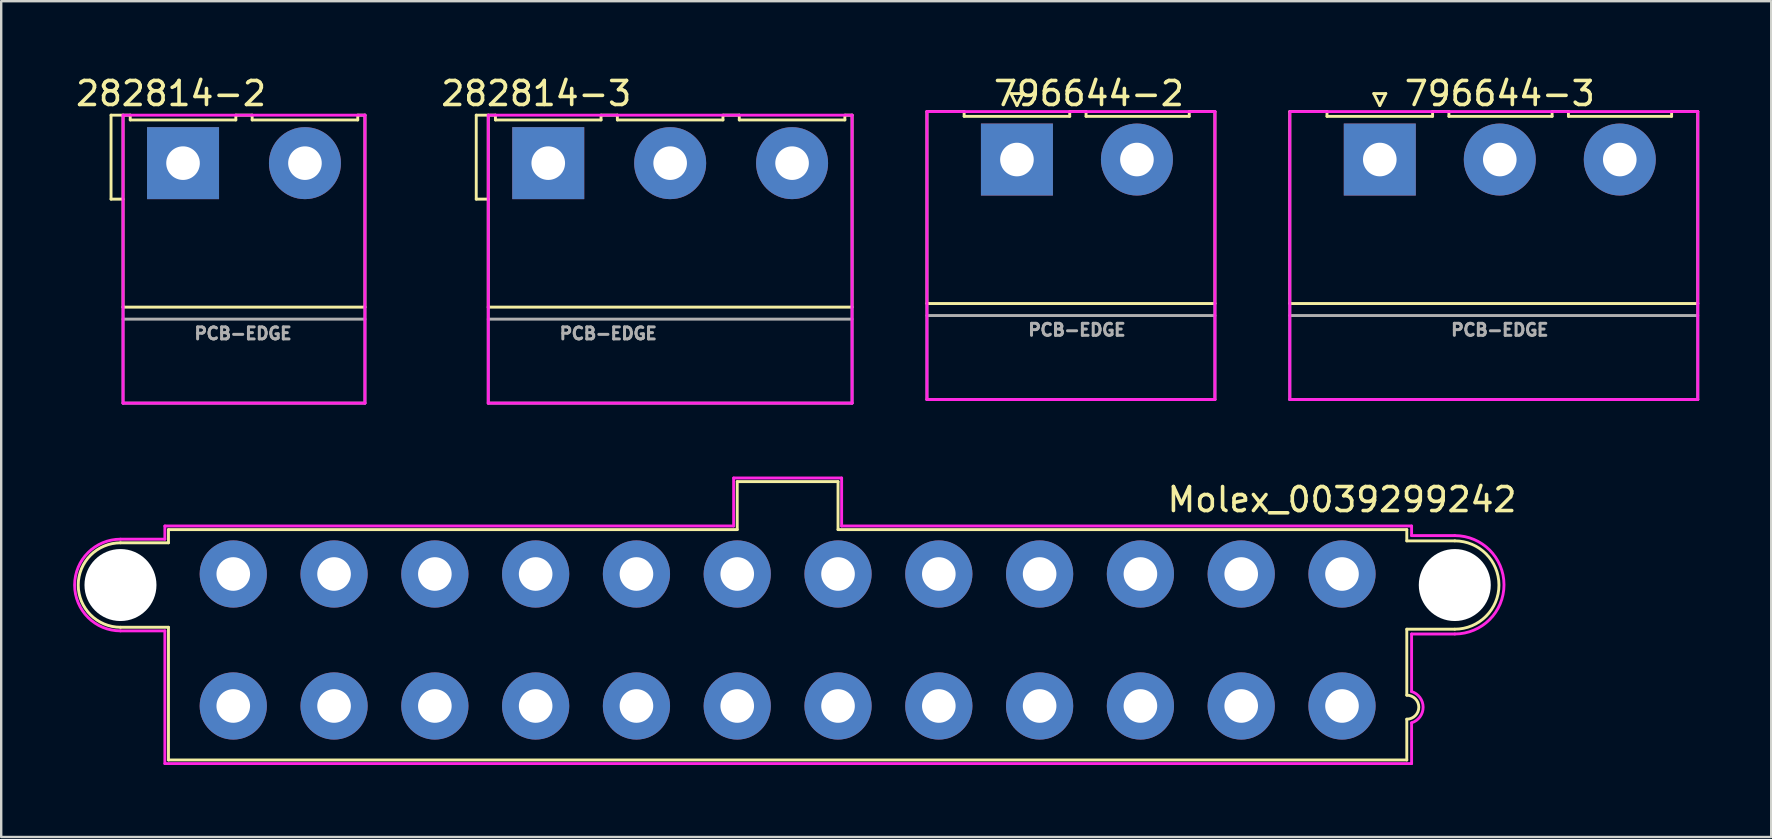
<source format=kicad_pcb>
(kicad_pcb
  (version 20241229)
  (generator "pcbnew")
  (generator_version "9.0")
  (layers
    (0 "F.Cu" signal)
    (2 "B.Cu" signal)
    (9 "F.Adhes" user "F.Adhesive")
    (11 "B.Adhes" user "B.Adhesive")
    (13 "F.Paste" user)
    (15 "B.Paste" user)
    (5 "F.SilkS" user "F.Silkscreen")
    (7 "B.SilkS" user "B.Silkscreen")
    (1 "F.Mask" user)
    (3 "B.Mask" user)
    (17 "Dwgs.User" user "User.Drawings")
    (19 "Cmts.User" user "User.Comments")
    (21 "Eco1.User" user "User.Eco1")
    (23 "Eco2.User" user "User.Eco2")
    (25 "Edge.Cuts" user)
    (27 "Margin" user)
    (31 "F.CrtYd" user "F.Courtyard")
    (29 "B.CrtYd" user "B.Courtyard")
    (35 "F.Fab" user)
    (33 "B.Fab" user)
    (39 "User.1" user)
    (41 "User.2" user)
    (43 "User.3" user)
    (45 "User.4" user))
  (footprint "282814-3"
    (layer "F.Cu")
    (at 19.795 3.748)
    (property "Reference" "282814-3" (at -0.5 -2.9 0) (layer "F.SilkS") (effects (font (size 1 1) (thickness 0.15))))
    (attr through_hole)
    (fp_line (start -3 -2) (end -3 1.5) (stroke (width 0.12) (type solid)) (layer "F.SilkS"))
    (fp_line (start -3 1.5) (end -2.5 1.5) (stroke (width 0.12) (type solid)) (layer "F.SilkS"))
    (fp_line (start -2.5 6) (end -2.5 -2) (stroke (width 0.12) (type solid)) (layer "F.SilkS"))
    (fp_line (start -2.5 6) (end 12.66 6) (stroke (width 0.12) (type solid)) (layer "F.SilkS"))
    (fp_line (start -2.2 -2) (end -3 -2) (stroke (width 0.12) (type solid)) (layer "F.SilkS"))
    (fp_line (start -2.2 -2) (end -2.2 -1.8) (stroke (width 0.12) (type solid)) (layer "F.SilkS"))
    (fp_line (start -2.2 -1.8) (end 2.2 -1.8) (stroke (width 0.12) (type solid)) (layer "F.SilkS"))
    (fp_line (start 2.2 -2) (end 2.88 -2) (stroke (width 0.12) (type solid)) (layer "F.SilkS"))
    (fp_line (start 2.2 -1.8) (end 2.2 -2) (stroke (width 0.12) (type solid)) (layer "F.SilkS"))
    (fp_line (start 2.88 -2) (end 2.88 -1.8) (stroke (width 0.12) (type solid)) (layer "F.SilkS"))
    (fp_line (start 2.88 -1.8) (end 7.28 -1.8) (stroke (width 0.12) (type solid)) (layer "F.SilkS"))
    (fp_line (start 7.28 -1.8) (end 7.28 -2) (stroke (width 0.12) (type solid)) (layer "F.SilkS"))
    (fp_line (start 7.3 -2) (end 7.96 -2) (stroke (width 0.12) (type solid)) (layer "F.SilkS"))
    (fp_line (start 7.96 -2) (end 7.96 -1.8) (stroke (width 0.12) (type solid)) (layer "F.SilkS"))
    (fp_line (start 7.96 -1.8) (end 12.36 -1.8) (stroke (width 0.12) (type solid)) (layer "F.SilkS"))
    (fp_line (start 12.36 -1.8) (end 12.36 -2) (stroke (width 0.12) (type solid)) (layer "F.SilkS"))
    (fp_line (start 12.38 -2) (end 12.66 -2) (stroke (width 0.12) (type solid)) (layer "F.SilkS"))
    (fp_line (start 12.66 6) (end 12.66 -2) (stroke (width 0.12) (type solid)) (layer "F.SilkS"))
    (fp_line (start -2.5 -2) (end 12.66 -2) (stroke (width 0.12) (type solid)) (layer "F.CrtYd"))
    (fp_line (start -2.5 10) (end -2.5 -2) (stroke (width 0.12) (type solid)) (layer "F.CrtYd"))
    (fp_line (start 12.66 -2) (end 12.66 10) (stroke (width 0.12) (type solid)) (layer "F.CrtYd"))
    (fp_line (start 12.66 10) (end -2.5 10) (stroke (width 0.12) (type solid)) (layer "F.CrtYd"))
    (fp_line (start -2.5 6) (end -2.5 10) (stroke (width 0.12) (type solid)) (layer "F.Fab"))
    (fp_line (start -2.5 10) (end 12.66 10) (stroke (width 0.12) (type solid)) (layer "F.Fab"))
    (fp_line (start 12.66 6) (end 12.66 10) (stroke (width 0.12) (type solid)) (layer "F.Fab"))
    (fp_line (start 12.66 6.5) (end -2.5 6.5) (stroke (width 0.12) (type solid)) (layer "F.Fab"))
    (fp_text user "PCB-EDGE" (at 2.5 7.1 180) (layer "F.Fab") (effects (font (size 0.5 0.5) (thickness 0.125))))
    (pad "1" thru_hole rect (at 0 0) (size 3 3) (drill 1.4) (layers "*.Cu" "*.Mask"))
    (pad "2" thru_hole circle (at 5.08 0) (size 3 3) (drill 1.4) (layers "*.Cu" "*.Mask"))
    (pad "3" thru_hole circle (at 10.16 0) (size 3 3) (drill 1.4) (layers "*.Cu" "*.Mask")))
  (footprint "796644-3"
    (layer "F.Cu")
    (at 54.445 3.598)
    (property "Reference" "796644-3" (at 5 -2.75 0) (layer "F.SilkS") (effects (font (size 1 1) (thickness 0.15))))
    (attr through_hole)
    (fp_line (start -3.75 -2) (end -2.2 -2) (stroke (width 0.12) (type solid)) (layer "F.SilkS"))
    (fp_line (start -3.75 6) (end -3.75 -2) (stroke (width 0.12) (type solid)) (layer "F.SilkS"))
    (fp_line (start -3.75 6) (end 13.25 6) (stroke (width 0.12) (type solid)) (layer "F.SilkS"))
    (fp_line (start -2.2 -2) (end -2.2 -1.8) (stroke (width 0.12) (type solid)) (layer "F.SilkS"))
    (fp_line (start -2.2 -1.8) (end 2.2 -1.8) (stroke (width 0.12) (type solid)) (layer "F.SilkS"))
    (fp_line (start -0.25 -2.75) (end 0.25 -2.75) (stroke (width 0.12) (type solid)) (layer "F.SilkS"))
    (fp_line (start 0 -2.25) (end -0.25 -2.75) (stroke (width 0.12) (type solid)) (layer "F.SilkS"))
    (fp_line (start 0.25 -2.75) (end 0 -2.25) (stroke (width 0.12) (type solid)) (layer "F.SilkS"))
    (fp_line (start 2.2 -2) (end 2.88 -2) (stroke (width 0.12) (type solid)) (layer "F.SilkS"))
    (fp_line (start 2.2 -1.8) (end 2.2 -2) (stroke (width 0.12) (type solid)) (layer "F.SilkS"))
    (fp_line (start 2.88 -2) (end 2.88 -1.8) (stroke (width 0.12) (type solid)) (layer "F.SilkS"))
    (fp_line (start 2.88 -1.8) (end 7.18 -1.8) (stroke (width 0.12) (type solid)) (layer "F.SilkS"))
    (fp_line (start 7.18 -1.8) (end 7.18 -2) (stroke (width 0.12) (type solid)) (layer "F.SilkS"))
    (fp_line (start 7.2 -2) (end 7.86 -2) (stroke (width 0.12) (type solid)) (layer "F.SilkS"))
    (fp_line (start 7.86 -2) (end 7.86 -1.8) (stroke (width 0.12) (type solid)) (layer "F.SilkS"))
    (fp_line (start 7.86 -1.8) (end 12.16 -1.8) (stroke (width 0.12) (type solid)) (layer "F.SilkS"))
    (fp_line (start 12.16 -2) (end 13.25 -2) (stroke (width 0.12) (type solid)) (layer "F.SilkS"))
    (fp_line (start 12.16 -1.8) (end 12.16 -2) (stroke (width 0.12) (type solid)) (layer "F.SilkS"))
    (fp_line (start 13.25 6) (end 13.25 -2) (stroke (width 0.12) (type solid)) (layer "F.SilkS"))
    (fp_line (start -3.75 10) (end -3.75 -2) (stroke (width 0.12) (type solid)) (layer "F.CrtYd"))
    (fp_line (start -3.7 -2) (end 13.25 -2) (stroke (width 0.12) (type solid)) (layer "F.CrtYd"))
    (fp_line (start 13.25 -2) (end 13.25 10) (stroke (width 0.12) (type solid)) (layer "F.CrtYd"))
    (fp_line (start 13.25 10) (end -3.75 10) (stroke (width 0.12) (type solid)) (layer "F.CrtYd"))
    (fp_line (start -3.75 6) (end -3.75 10) (stroke (width 0.12) (type solid)) (layer "F.Fab"))
    (fp_line (start -3.75 10) (end 13.25 10) (stroke (width 0.12) (type solid)) (layer "F.Fab"))
    (fp_line (start 13.25 6) (end 13.25 10) (stroke (width 0.12) (type solid)) (layer "F.Fab"))
    (fp_line (start 13.25 6.5) (end -3.75 6.5) (stroke (width 0.12) (type solid)) (layer "F.Fab"))
    (fp_text user "PCB-EDGE" (at 5 7.1 180) (layer "F.Fab") (effects (font (size 0.5 0.5) (thickness 0.125))))
    (pad "1" thru_hole rect (at 0 0) (size 3 3) (drill 1.4) (layers "*.Cu" "*.Mask"))
    (pad "2" thru_hole circle (at 5 0) (size 3 3) (drill 1.4) (layers "*.Cu" "*.Mask"))
    (pad "3" thru_hole circle (at 10 0) (size 3 3) (drill 1.4) (layers "*.Cu" "*.Mask")))
  (footprint "282814-2"
    (layer "F.Cu")
    (at 4.577 3.748)
    (property "Reference" "282814-2" (at -0.5 -2.9 0) (layer "F.SilkS") (effects (font (size 1 1) (thickness 0.15))))
    (attr through_hole)
    (fp_line (start -3 -2) (end -3 1.5) (stroke (width 0.12) (type solid)) (layer "F.SilkS"))
    (fp_line (start -3 1.5) (end -2.5 1.5) (stroke (width 0.12) (type solid)) (layer "F.SilkS"))
    (fp_line (start -2.5 6) (end -2.5 -2) (stroke (width 0.12) (type solid)) (layer "F.SilkS"))
    (fp_line (start -2.5 6) (end 7.58 6) (stroke (width 0.12) (type solid)) (layer "F.SilkS"))
    (fp_line (start -2.2 -2) (end -3 -2) (stroke (width 0.12) (type solid)) (layer "F.SilkS"))
    (fp_line (start -2.2 -2) (end -2.2 -1.8) (stroke (width 0.12) (type solid)) (layer "F.SilkS"))
    (fp_line (start -2.2 -1.8) (end 2.2 -1.8) (stroke (width 0.12) (type solid)) (layer "F.SilkS"))
    (fp_line (start 2.2 -2) (end 2.88 -2) (stroke (width 0.12) (type solid)) (layer "F.SilkS"))
    (fp_line (start 2.2 -1.8) (end 2.2 -2) (stroke (width 0.12) (type solid)) (layer "F.SilkS"))
    (fp_line (start 2.88 -2) (end 2.88 -1.8) (stroke (width 0.12) (type solid)) (layer "F.SilkS"))
    (fp_line (start 2.88 -1.8) (end 7.28 -1.8) (stroke (width 0.12) (type solid)) (layer "F.SilkS"))
    (fp_line (start 7.28 -1.8) (end 7.28 -2) (stroke (width 0.12) (type solid)) (layer "F.SilkS"))
    (fp_line (start 7.3 -2) (end 7.58 -2) (stroke (width 0.12) (type solid)) (layer "F.SilkS"))
    (fp_line (start 7.58 6) (end 7.58 -2) (stroke (width 0.12) (type solid)) (layer "F.SilkS"))
    (fp_line (start -2.5 -2) (end 7.58 -2) (stroke (width 0.12) (type solid)) (layer "F.CrtYd"))
    (fp_line (start -2.5 10) (end -2.5 -2) (stroke (width 0.12) (type solid)) (layer "F.CrtYd"))
    (fp_line (start 7.58 -2) (end 7.58 10) (stroke (width 0.12) (type solid)) (layer "F.CrtYd"))
    (fp_line (start 7.58 10) (end -2.5 10) (stroke (width 0.12) (type solid)) (layer "F.CrtYd"))
    (fp_line (start -2.5 6) (end -2.5 10) (stroke (width 0.12) (type solid)) (layer "F.Fab"))
    (fp_line (start -2.5 10) (end 7.58 10) (stroke (width 0.12) (type solid)) (layer "F.Fab"))
    (fp_line (start 7.58 6) (end 7.58 10) (stroke (width 0.12) (type solid)) (layer "F.Fab"))
    (fp_line (start 7.58 6.5) (end -2.5 6.5) (stroke (width 0.12) (type solid)) (layer "F.Fab"))
    (fp_text user "PCB-EDGE" (at 2.5 7.1 180) (layer "F.Fab") (effects (font (size 0.5 0.5) (thickness 0.125))))
    (pad "1" thru_hole rect (at 0 0) (size 3 3) (drill 1.4) (layers "*.Cu" "*.Mask"))
    (pad "2" thru_hole circle (at 5.08 0) (size 3 3) (drill 1.4) (layers "*.Cu" "*.Mask")))
  (footprint "796644-2"
    (layer "F.Cu")
    (at 39.325 3.598)
    (property "Reference" "796644-2" (at 3 -2.75 0) (layer "F.SilkS") (effects (font (size 1 1) (thickness 0.15))))
    (attr through_hole)
    (fp_line (start -3.75 6) (end -3.75 -2) (stroke (width 0.12) (type solid)) (layer "F.SilkS"))
    (fp_line (start -3.75 6) (end 8.25 6) (stroke (width 0.12) (type solid)) (layer "F.SilkS"))
    (fp_line (start -2.2 -2) (end -3.75 -2) (stroke (width 0.12) (type solid)) (layer "F.SilkS"))
    (fp_line (start -2.2 -2) (end -2.2 -1.8) (stroke (width 0.12) (type solid)) (layer "F.SilkS"))
    (fp_line (start -2.2 -1.8) (end 2.2 -1.8) (stroke (width 0.12) (type solid)) (layer "F.SilkS"))
    (fp_line (start -0.25 -2.75) (end 0.25 -2.75) (stroke (width 0.12) (type solid)) (layer "F.SilkS"))
    (fp_line (start 0 -2.25) (end -0.25 -2.75) (stroke (width 0.12) (type solid)) (layer "F.SilkS"))
    (fp_line (start 0.25 -2.75) (end 0 -2.25) (stroke (width 0.12) (type solid)) (layer "F.SilkS"))
    (fp_line (start 2.2 -2) (end 2.88 -2) (stroke (width 0.12) (type solid)) (layer "F.SilkS"))
    (fp_line (start 2.2 -1.8) (end 2.2 -2) (stroke (width 0.12) (type solid)) (layer "F.SilkS"))
    (fp_line (start 2.88 -2) (end 2.88 -1.8) (stroke (width 0.12) (type solid)) (layer "F.SilkS"))
    (fp_line (start 2.88 -1.8) (end 7.18 -1.8) (stroke (width 0.12) (type solid)) (layer "F.SilkS"))
    (fp_line (start 7.18 -2) (end 8.25 -2) (stroke (width 0.12) (type solid)) (layer "F.SilkS"))
    (fp_line (start 7.18 -1.8) (end 7.18 -2) (stroke (width 0.12) (type solid)) (layer "F.SilkS"))
    (fp_line (start 8.25 6) (end 8.25 -2) (stroke (width 0.12) (type solid)) (layer "F.SilkS"))
    (fp_line (start -3.75 -2) (end 8.25 -2) (stroke (width 0.12) (type solid)) (layer "F.CrtYd"))
    (fp_line (start -3.75 10) (end -3.75 -2) (stroke (width 0.12) (type solid)) (layer "F.CrtYd"))
    (fp_line (start 8.25 -2) (end 8.25 10) (stroke (width 0.12) (type solid)) (layer "F.CrtYd"))
    (fp_line (start 8.25 10) (end -3.75 10) (stroke (width 0.12) (type solid)) (layer "F.CrtYd"))
    (fp_line (start -3.75 6) (end -3.75 10) (stroke (width 0.12) (type solid)) (layer "F.Fab"))
    (fp_line (start -3.75 10) (end 8.25 10) (stroke (width 0.12) (type solid)) (layer "F.Fab"))
    (fp_line (start 8.25 6) (end 8.25 10) (stroke (width 0.12) (type solid)) (layer "F.Fab"))
    (fp_line (start 8.25 6.5) (end -3.75 6.5) (stroke (width 0.12) (type solid)) (layer "F.Fab"))
    (fp_text user "PCB-EDGE" (at 2.5 7.1 180) (layer "F.Fab") (effects (font (size 0.5 0.5) (thickness 0.125))))
    (pad "1" thru_hole rect (at 0 0) (size 3 3) (drill 1.4) (layers "*.Cu" "*.Mask"))
    (pad "2" thru_hole circle (at 5 0) (size 3 3) (drill 1.4) (layers "*.Cu" "*.Mask")))
  (footprint "Molex_0039299242"
    (layer "F.Cu")
    (at 52.87 26.368)
    (property "Reference" "Molex_0039299242" (at 0 -8.6 0) (layer "F.SilkS") (effects (font (size 1 1) (thickness 0.15))))
    (attr through_hole)
    (fp_line (start -50.9 -6.8) (end -48.9 -6.8) (stroke (width 0.12) (type solid)) (layer "F.SilkS"))
    (fp_line (start -50.9 -3.28) (end -48.9 -3.28) (stroke (width 0.12) (type solid)) (layer "F.SilkS"))
    (fp_line (start -48.9 -7.35) (end -48.9 -6.8) (stroke (width 0.12) (type solid)) (layer "F.SilkS"))
    (fp_line (start -48.9 2.25) (end -48.9 -3.28) (stroke (width 0.12) (type solid)) (layer "F.SilkS"))
    (fp_line (start -48.9 2.25) (end 2.7 2.25) (stroke (width 0.12) (type solid)) (layer "F.SilkS"))
    (fp_line (start -25.2 -9.35) (end -25.2 -7.35) (stroke (width 0.12) (type solid)) (layer "F.SilkS"))
    (fp_line (start -25.2 -7.35) (end -48.9 -7.35) (stroke (width 0.12) (type solid)) (layer "F.SilkS"))
    (fp_line (start -21 -9.35) (end -25.2 -9.35) (stroke (width 0.12) (type solid)) (layer "F.SilkS"))
    (fp_line (start -21 -7.35) (end -21 -9.35) (stroke (width 0.12) (type solid)) (layer "F.SilkS"))
    (fp_line (start 2.7 -7.35) (end -21 -7.35) (stroke (width 0.12) (type solid)) (layer "F.SilkS"))
    (fp_line (start 2.7 -7.35) (end 2.7 -6.88) (stroke (width 0.12) (type solid)) (layer "F.SilkS"))
    (fp_line (start 2.7 -3.2) (end 2.7 -0.45) (stroke (width 0.12) (type solid)) (layer "F.SilkS"))
    (fp_line (start 2.7 0.55) (end 2.7 2.25) (stroke (width 0.12) (type solid)) (layer "F.SilkS"))
    (fp_line (start 4.7 -6.88) (end 2.7 -6.88) (stroke (width 0.12) (type solid)) (layer "F.SilkS"))
    (fp_line (start 4.7 -3.2) (end 2.7 -3.2) (stroke (width 0.12) (type solid)) (layer "F.SilkS"))
    (fp_arc (start -50.9 -3.28) (mid -52.66 -5.04) (end -50.9 -6.8) (stroke (width 0.12) (type solid)) (layer "F.SilkS"))
    (fp_arc (start 2.7 -0.45) (mid 3.2 0.05) (end 2.7 0.55) (stroke (width 0.12) (type solid)) (layer "F.SilkS"))
    (fp_arc (start 4.7 -6.88) (mid 6.54 -5.04) (end 4.7 -3.2) (stroke (width 0.12) (type solid)) (layer "F.SilkS"))
    (fp_line (start -50.9 -3.13) (end -49.05 -3.13) (stroke (width 0.12) (type solid)) (layer "F.CrtYd"))
    (fp_line (start -49.05 -7.5) (end -49.05 -6.95) (stroke (width 0.12) (type solid)) (layer "F.CrtYd"))
    (fp_line (start -49.05 -6.95) (end -50.9 -6.95) (stroke (width 0.12) (type solid)) (layer "F.CrtYd"))
    (fp_line (start -49.05 -3.13) (end -49.05 2.4) (stroke (width 0.12) (type solid)) (layer "F.CrtYd"))
    (fp_line (start -49.05 2.4) (end 2.9 2.4) (stroke (width 0.12) (type solid)) (layer "F.CrtYd"))
    (fp_line (start -25.35 -9.5) (end -25.35 -7.5) (stroke (width 0.12) (type solid)) (layer "F.CrtYd"))
    (fp_line (start -25.35 -7.5) (end -49.05 -7.5) (stroke (width 0.12) (type solid)) (layer "F.CrtYd"))
    (fp_line (start -20.85 -9.5) (end -25.35 -9.5) (stroke (width 0.12) (type solid)) (layer "F.CrtYd"))
    (fp_line (start -20.85 -7.5) (end -20.85 -9.5) (stroke (width 0.12) (type solid)) (layer "F.CrtYd"))
    (fp_line (start 2.9 -7.5) (end -20.85 -7.5) (stroke (width 0.12) (type solid)) (layer "F.CrtYd"))
    (fp_line (start 2.9 -7.1) (end 2.9 -7.5) (stroke (width 0.12) (type solid)) (layer "F.CrtYd"))
    (fp_line (start 2.9 -7.1) (end 4.7 -7.1) (stroke (width 0.12) (type solid)) (layer "F.CrtYd"))
    (fp_line (start 2.9 -3) (end 2.9 -0.6) (stroke (width 0.12) (type solid)) (layer "F.CrtYd"))
    (fp_line (start 2.9 -3) (end 4.7 -3) (stroke (width 0.12) (type solid)) (layer "F.CrtYd"))
    (fp_line (start 2.9 2.4) (end 2.9 0.7) (stroke (width 0.12) (type solid)) (layer "F.CrtYd"))
    (fp_arc (start -50.9 -3.13) (mid -52.81 -5.04) (end -50.9 -6.95) (stroke (width 0.12) (type solid)) (layer "F.CrtYd"))
    (fp_arc (start 2.9 -0.6) (mid 3.380074 0.05) (end 2.9 0.7) (stroke (width 0.12) (type solid)) (layer "F.CrtYd"))
    (fp_arc (start 4.7 -7.1) (mid 6.75 -5.05) (end 4.7 -3) (stroke (width 0.12) (type solid)) (layer "F.CrtYd"))
    (pad "" np_thru_hole circle (at -50.9 -5.04 180) (size 3 3) (drill 3) (layers "*.Cu" "*.Mask"))
    (pad "" np_thru_hole circle (at 4.7 -5.04) (size 3 3) (drill 3) (layers "*.Cu" "*.Mask"))
    (pad "1" thru_hole circle (at 0 0) (size 2.8 2.8) (drill 1.4) (layers "*.Cu" "*.Mask"))
    (pad "2" thru_hole circle (at -4.2 0) (size 2.8 2.8) (drill 1.4) (layers "*.Cu" "*.Mask"))
    (pad "3" thru_hole circle (at -8.4 0) (size 2.8 2.8) (drill 1.4) (layers "*.Cu" "*.Mask"))
    (pad "4" thru_hole circle (at -12.6 0) (size 2.8 2.8) (drill 1.4) (layers "*.Cu" "*.Mask"))
    (pad "5" thru_hole circle (at -16.8 0) (size 2.8 2.8) (drill 1.4) (layers "*.Cu" "*.Mask"))
    (pad "6" thru_hole circle (at -21 0) (size 2.8 2.8) (drill 1.4) (layers "*.Cu" "*.Mask"))
    (pad "7" thru_hole circle (at -25.2 0) (size 2.8 2.8) (drill 1.4) (layers "*.Cu" "*.Mask"))
    (pad "8" thru_hole circle (at -29.4 0) (size 2.8 2.8) (drill 1.4) (layers "*.Cu" "*.Mask"))
    (pad "9" thru_hole circle (at -33.6 0) (size 2.8 2.8) (drill 1.4) (layers "*.Cu" "*.Mask"))
    (pad "10" thru_hole circle (at -37.8 0) (size 2.8 2.8) (drill 1.4) (layers "*.Cu" "*.Mask"))
    (pad "11" thru_hole circle (at -42 0) (size 2.8 2.8) (drill 1.4) (layers "*.Cu" "*.Mask"))
    (pad "12" thru_hole circle (at -46.2 0) (size 2.8 2.8) (drill 1.4) (layers "*.Cu" "*.Mask"))
    (pad "13" thru_hole circle (at 0 -5.5) (size 2.8 2.8) (drill 1.4) (layers "*.Cu" "*.Mask"))
    (pad "14" thru_hole circle (at -4.2 -5.5) (size 2.8 2.8) (drill 1.4) (layers "*.Cu" "*.Mask"))
    (pad "15" thru_hole circle (at -8.4 -5.5) (size 2.8 2.8) (drill 1.4) (layers "*.Cu" "*.Mask"))
    (pad "16" thru_hole circle (at -12.6 -5.5) (size 2.8 2.8) (drill 1.4) (layers "*.Cu" "*.Mask"))
    (pad "17" thru_hole circle (at -16.8 -5.5) (size 2.8 2.8) (drill 1.4) (layers "*.Cu" "*.Mask"))
    (pad "18" thru_hole circle (at -21 -5.5) (size 2.8 2.8) (drill 1.4) (layers "*.Cu" "*.Mask"))
    (pad "19" thru_hole circle (at -25.2 -5.5) (size 2.8 2.8) (drill 1.4) (layers "*.Cu" "*.Mask"))
    (pad "20" thru_hole circle (at -29.4 -5.5) (size 2.8 2.8) (drill 1.4) (layers "*.Cu" "*.Mask"))
    (pad "21" thru_hole circle (at -33.6 -5.5) (size 2.8 2.8) (drill 1.4) (layers "*.Cu" "*.Mask"))
    (pad "22" thru_hole circle (at -37.8 -5.5) (size 2.8 2.8) (drill 1.4) (layers "*.Cu" "*.Mask"))
    (pad "23" thru_hole circle (at -42 -5.5) (size 2.8 2.8) (drill 1.4) (layers "*.Cu" "*.Mask"))
    (pad "24" thru_hole circle (at -46.2 -5.5) (size 2.8 2.8) (drill 1.4) (layers "*.Cu" "*.Mask")))
  (gr_rect
    (start -3 -3)
    (end 70.755 31.828)
    (stroke (width 0.1) (type default))
    (fill no)
    (layer "Edge.Cuts")))
</source>
